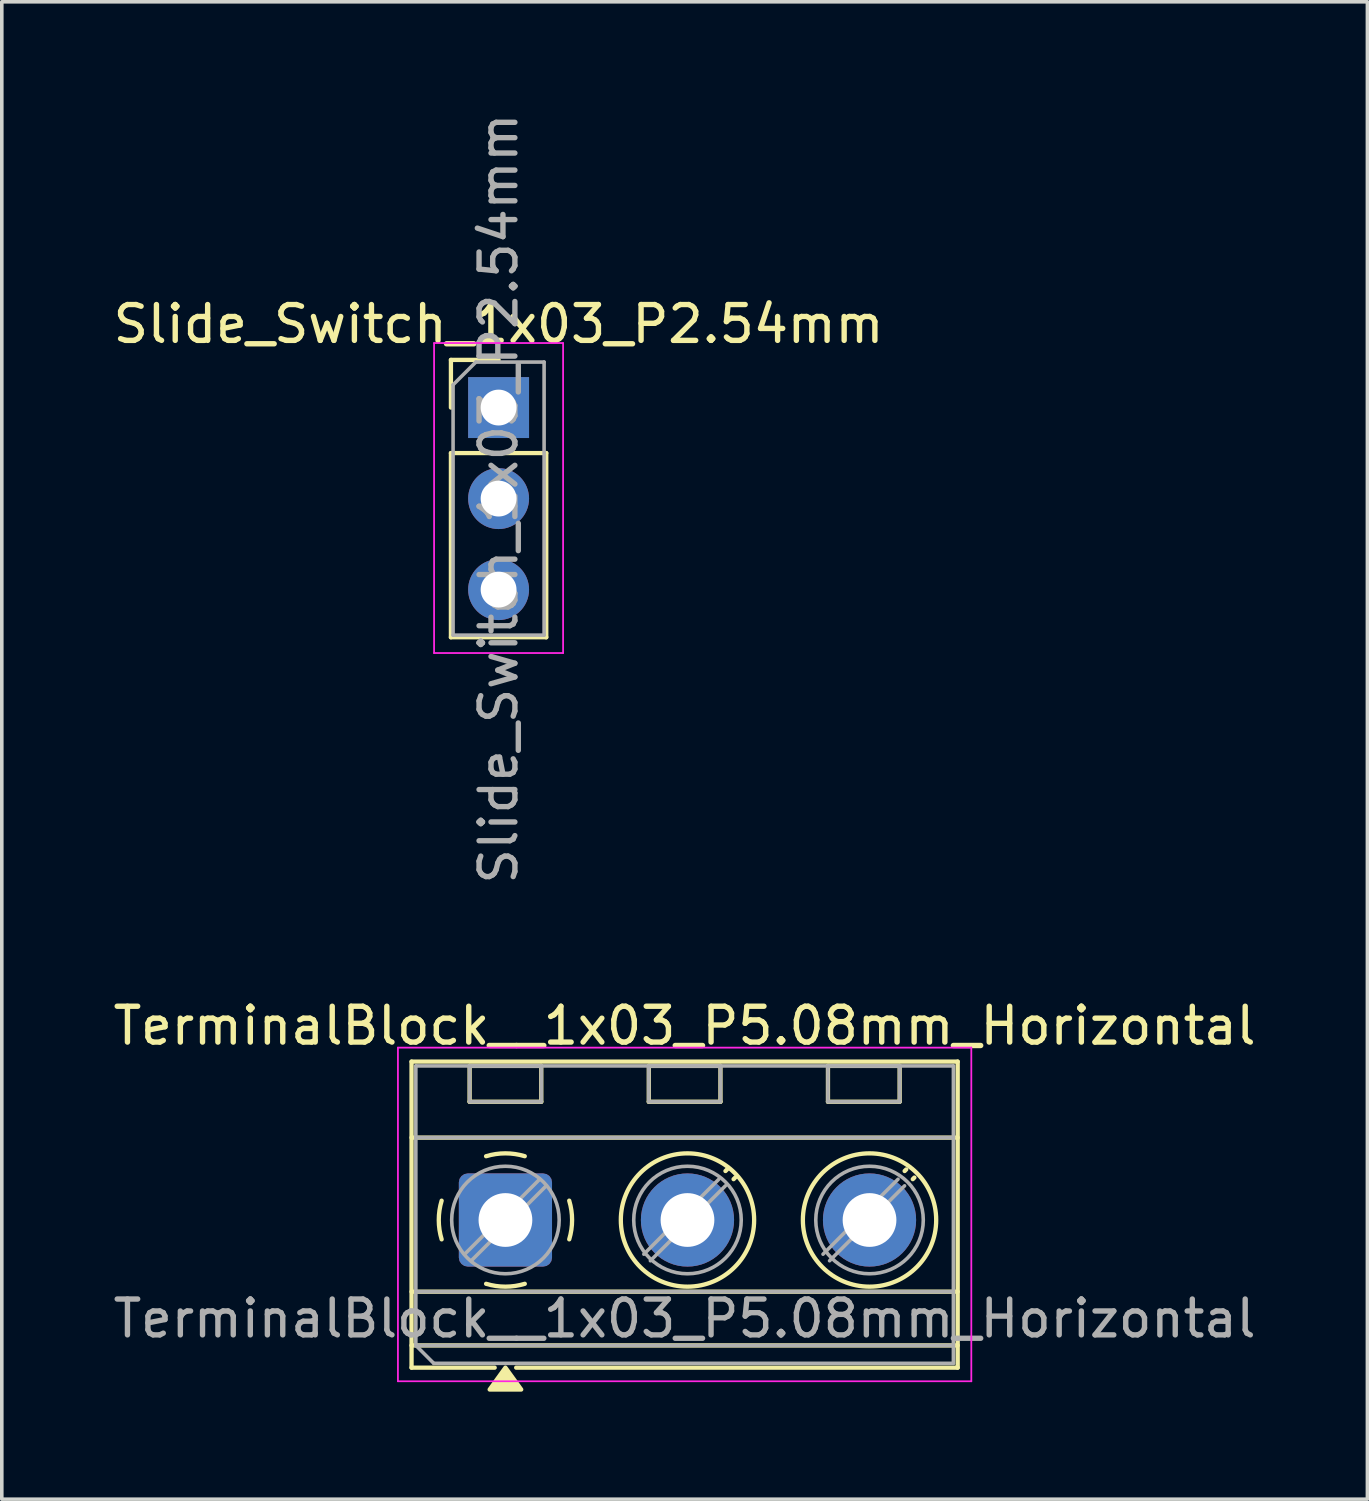
<source format=kicad_pcb>
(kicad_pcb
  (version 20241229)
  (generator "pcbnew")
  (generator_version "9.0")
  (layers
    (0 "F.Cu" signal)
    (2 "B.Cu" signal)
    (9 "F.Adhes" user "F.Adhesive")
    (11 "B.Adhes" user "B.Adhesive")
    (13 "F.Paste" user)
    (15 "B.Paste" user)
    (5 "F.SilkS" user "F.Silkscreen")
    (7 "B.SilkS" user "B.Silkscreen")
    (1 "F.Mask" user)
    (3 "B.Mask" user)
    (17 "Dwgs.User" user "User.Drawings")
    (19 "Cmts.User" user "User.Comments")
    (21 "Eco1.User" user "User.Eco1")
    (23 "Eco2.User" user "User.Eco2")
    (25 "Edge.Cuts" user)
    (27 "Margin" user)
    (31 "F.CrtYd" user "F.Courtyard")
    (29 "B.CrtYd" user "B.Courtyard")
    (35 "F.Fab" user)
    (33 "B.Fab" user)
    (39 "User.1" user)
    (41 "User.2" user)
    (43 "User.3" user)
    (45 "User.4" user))
  (footprint "TerminalBlock__1x03_P5.08mm_Horizontal"
    (layer "F.Cu")
    (at 11.054 30.994)
    (property "Reference" "TerminalBlock__1x03_P5.08mm_Horizontal" (at 5 -5.42 0) (layer "F.SilkS") (effects (font (size 1 1) (thickness 0.15))))
    (attr through_hole)
    (fp_line (start -2.62 -4.42) (end -2.62 4.12) (stroke (width 0.12) (type solid)) (layer "F.SilkS"))
    (fp_line (start -2.62 -4.42) (end 12.62 -4.42) (stroke (width 0.12) (type solid)) (layer "F.SilkS"))
    (fp_line (start -2.62 -2.3) (end 12.62 -2.3) (stroke (width 0.12) (type solid)) (layer "F.SilkS"))
    (fp_line (start -2.62 2) (end 12.62 2) (stroke (width 0.12) (type solid)) (layer "F.SilkS"))
    (fp_line (start -2.62 3.5) (end 12.62 3.5) (stroke (width 0.12) (type solid)) (layer "F.SilkS"))
    (fp_line (start -2.62 4.12) (end -0.3 4.12) (stroke (width 0.12) (type solid)) (layer "F.SilkS"))
    (fp_line (start -1 -4.3) (end -1 -3.3) (stroke (width 0.12) (type solid)) (layer "F.SilkS"))
    (fp_line (start -1 -4.3) (end 1 -4.3) (stroke (width 0.12) (type solid)) (layer "F.SilkS"))
    (fp_line (start -1 -3.3) (end 1 -3.3) (stroke (width 0.12) (type solid)) (layer "F.SilkS"))
    (fp_line (start 0.3 4.12) (end 12.62 4.12) (stroke (width 0.12) (type solid)) (layer "F.SilkS"))
    (fp_line (start 1 -4.3) (end 1 -3.3) (stroke (width 0.12) (type solid)) (layer "F.SilkS"))
    (fp_line (start 4 -4.3) (end 4 -3.3) (stroke (width 0.12) (type solid)) (layer "F.SilkS"))
    (fp_line (start 4 -4.3) (end 6 -4.3) (stroke (width 0.12) (type solid)) (layer "F.SilkS"))
    (fp_line (start 4 -3.3) (end 6 -3.3) (stroke (width 0.12) (type solid)) (layer "F.SilkS"))
    (fp_line (start 6 -4.3) (end 6 -3.3) (stroke (width 0.12) (type solid)) (layer "F.SilkS"))
    (fp_line (start 6.184 -1.411) (end 6.14 -1.367) (stroke (width 0.12) (type solid)) (layer "F.SilkS"))
    (fp_line (start 6.411 -1.184) (end 6.367 -1.14) (stroke (width 0.12) (type solid)) (layer "F.SilkS"))
    (fp_line (start 9 -4.3) (end 9 -3.3) (stroke (width 0.12) (type solid)) (layer "F.SilkS"))
    (fp_line (start 9 -4.3) (end 11 -4.3) (stroke (width 0.12) (type solid)) (layer "F.SilkS"))
    (fp_line (start 9 -3.3) (end 11 -3.3) (stroke (width 0.12) (type solid)) (layer "F.SilkS"))
    (fp_line (start 11 -4.3) (end 11 -3.3) (stroke (width 0.12) (type solid)) (layer "F.SilkS"))
    (fp_line (start 11.184 -1.411) (end 11.14 -1.367) (stroke (width 0.12) (type solid)) (layer "F.SilkS"))
    (fp_line (start 11.411 -1.184) (end 11.367 -1.14) (stroke (width 0.12) (type solid)) (layer "F.SilkS"))
    (fp_line (start 12.62 -4.42) (end 12.62 4.12) (stroke (width 0.12) (type solid)) (layer "F.SilkS"))
    (fp_arc (start -1.78 0.54) (mid -1.860107 0.000355) (end -1.780206 -0.539321) (stroke (width 0.12) (type solid)) (layer "F.SilkS"))
    (fp_arc (start -0.54 -1.78) (mid -0.000355 -1.860107) (end 0.539321 -1.780206) (stroke (width 0.12) (type solid)) (layer "F.SilkS"))
    (fp_arc (start 0.54 1.78) (mid 0.000355 1.860107) (end -0.539321 1.780206) (stroke (width 0.12) (type solid)) (layer "F.SilkS"))
    (fp_arc (start 1.78 -0.54) (mid 1.860107 -0.000355) (end 1.780206 0.539321) (stroke (width 0.12) (type solid)) (layer "F.SilkS"))
    (fp_circle (center 5.08 0) (end 6.94 0) (stroke (width 0.12) (type solid)) (fill no) (layer "F.SilkS"))
    (fp_circle (center 10.16 0) (end 12.02 0) (stroke (width 0.12) (type solid)) (fill no) (layer "F.SilkS"))
    (fp_poly (pts (xy 0 4.12) (xy 0.44 4.73) (xy -0.44 4.73) (xy 0 4.12)) (stroke (width 0.12) (type solid)) (fill yes) (layer "F.SilkS"))
    (fp_line (start -3 -4.81) (end -3 4.5) (stroke (width 0.05) (type solid)) (layer "F.CrtYd"))
    (fp_line (start -3 4.5) (end 13 4.5) (stroke (width 0.05) (type solid)) (layer "F.CrtYd"))
    (fp_line (start 13 -4.81) (end -3 -4.81) (stroke (width 0.05) (type solid)) (layer "F.CrtYd"))
    (fp_line (start 13 4.5) (end 13 -4.81) (stroke (width 0.05) (type solid)) (layer "F.CrtYd"))
    (fp_line (start -2.5 -4.3) (end 12.5 -4.3) (stroke (width 0.1) (type solid)) (layer "F.Fab"))
    (fp_line (start -2.5 -2.3) (end 12.5 -2.3) (stroke (width 0.1) (type solid)) (layer "F.Fab"))
    (fp_line (start -2.5 2) (end 12.5 2) (stroke (width 0.1) (type solid)) (layer "F.Fab"))
    (fp_line (start -2.5 3.5) (end -2.5 -4.3) (stroke (width 0.1) (type solid)) (layer "F.Fab"))
    (fp_line (start -2.5 3.5) (end 12.5 3.5) (stroke (width 0.1) (type solid)) (layer "F.Fab"))
    (fp_line (start -2 4) (end -2.5 3.5) (stroke (width 0.1) (type solid)) (layer "F.Fab"))
    (fp_line (start -1 -4.3) (end -1 -3.3) (stroke (width 0.1) (type solid)) (layer "F.Fab"))
    (fp_line (start -1 -3.3) (end 1 -3.3) (stroke (width 0.1) (type solid)) (layer "F.Fab"))
    (fp_line (start 0.955 -1.138) (end -1.138 0.954) (stroke (width 0.1) (type solid)) (layer "F.Fab"))
    (fp_line (start 1 -4.3) (end -1 -4.3) (stroke (width 0.1) (type solid)) (layer "F.Fab"))
    (fp_line (start 1 -3.3) (end 1 -4.3) (stroke (width 0.1) (type solid)) (layer "F.Fab"))
    (fp_line (start 1.138 -0.954) (end -0.955 1.137) (stroke (width 0.1) (type solid)) (layer "F.Fab"))
    (fp_line (start 4 -4.3) (end 4 -3.3) (stroke (width 0.1) (type solid)) (layer "F.Fab"))
    (fp_line (start 4 -3.3) (end 6 -3.3) (stroke (width 0.1) (type solid)) (layer "F.Fab"))
    (fp_line (start 5.955 -1.138) (end 3.862 0.954) (stroke (width 0.1) (type solid)) (layer "F.Fab"))
    (fp_line (start 6 -4.3) (end 4 -4.3) (stroke (width 0.1) (type solid)) (layer "F.Fab"))
    (fp_line (start 6 -3.3) (end 6 -4.3) (stroke (width 0.1) (type solid)) (layer "F.Fab"))
    (fp_line (start 6.138 -0.954) (end 4.045 1.137) (stroke (width 0.1) (type solid)) (layer "F.Fab"))
    (fp_line (start 9 -4.3) (end 9 -3.3) (stroke (width 0.1) (type solid)) (layer "F.Fab"))
    (fp_line (start 9 -3.3) (end 11 -3.3) (stroke (width 0.1) (type solid)) (layer "F.Fab"))
    (fp_line (start 10.955 -1.138) (end 8.862 0.954) (stroke (width 0.1) (type solid)) (layer "F.Fab"))
    (fp_line (start 11 -4.3) (end 9 -4.3) (stroke (width 0.1) (type solid)) (layer "F.Fab"))
    (fp_line (start 11 -3.3) (end 11 -4.3) (stroke (width 0.1) (type solid)) (layer "F.Fab"))
    (fp_line (start 11.138 -0.954) (end 9.045 1.137) (stroke (width 0.1) (type solid)) (layer "F.Fab"))
    (fp_line (start 12.5 -4.3) (end 12.5 4) (stroke (width 0.1) (type solid)) (layer "F.Fab"))
    (fp_line (start 12.5 4) (end -2 4) (stroke (width 0.1) (type solid)) (layer "F.Fab"))
    (fp_circle (center 0 0) (end 1.5 0) (stroke (width 0.1) (type solid)) (fill no) (layer "F.Fab"))
    (fp_circle (center 5.08 0) (end 6.58 0) (stroke (width 0.1) (type solid)) (fill no) (layer "F.Fab"))
    (fp_circle (center 10.16 0) (end 11.66 0) (stroke (width 0.1) (type solid)) (fill no) (layer "F.Fab"))
    (fp_text user "${REFERENCE}" (at 5 2.75 0) (layer "F.Fab") (effects (font (size 1 1) (thickness 0.15))))
    (pad "1" thru_hole roundrect (at 0 0) (size 2.6 2.6) (drill 1.5) (layers "*.Cu" "*.Mask") (roundrect_rratio 0.096))
    (pad "2" thru_hole circle (at 5.08 0) (size 2.6 2.6) (drill 1.5) (layers "*.Cu" "*.Mask"))
    (pad "3" thru_hole circle (at 10.16 0) (size 2.6 2.6) (drill 1.5) (layers "*.Cu" "*.Mask")))
  (footprint "Slide_Switch_1x03_P2.54mm"
    (layer "F.Cu")
    (at 10.863 8.323)
    (property "Reference" "Slide_Switch_1x03_P2.54mm" (at 0 -2.33 0) (layer "F.SilkS") (effects (font (size 1 1) (thickness 0.15))))
    (attr through_hole)
    (fp_line (start -1.33 -1.33) (end 0 -1.33) (stroke (width 0.12) (type solid)) (layer "F.SilkS"))
    (fp_line (start -1.33 0) (end -1.33 -1.33) (stroke (width 0.12) (type solid)) (layer "F.SilkS"))
    (fp_line (start -1.33 1.27) (end -1.33 6.41) (stroke (width 0.12) (type solid)) (layer "F.SilkS"))
    (fp_line (start -1.33 1.27) (end 1.33 1.27) (stroke (width 0.12) (type solid)) (layer "F.SilkS"))
    (fp_line (start -1.33 6.41) (end 1.33 6.41) (stroke (width 0.12) (type solid)) (layer "F.SilkS"))
    (fp_line (start 1.33 1.27) (end 1.33 6.41) (stroke (width 0.12) (type solid)) (layer "F.SilkS"))
    (fp_line (start -1.8 -1.8) (end -1.8 6.85) (stroke (width 0.05) (type solid)) (layer "F.CrtYd"))
    (fp_line (start -1.8 6.85) (end 1.8 6.85) (stroke (width 0.05) (type solid)) (layer "F.CrtYd"))
    (fp_line (start 1.8 -1.8) (end -1.8 -1.8) (stroke (width 0.05) (type solid)) (layer "F.CrtYd"))
    (fp_line (start 1.8 6.85) (end 1.8 -1.8) (stroke (width 0.05) (type solid)) (layer "F.CrtYd"))
    (fp_line (start -1.27 -0.635) (end -0.635 -1.27) (stroke (width 0.1) (type solid)) (layer "F.Fab"))
    (fp_line (start -1.27 6.35) (end -1.27 -0.635) (stroke (width 0.1) (type solid)) (layer "F.Fab"))
    (fp_line (start -0.635 -1.27) (end 1.27 -1.27) (stroke (width 0.1) (type solid)) (layer "F.Fab"))
    (fp_line (start 1.27 -1.27) (end 1.27 6.35) (stroke (width 0.1) (type solid)) (layer "F.Fab"))
    (fp_line (start 1.27 6.35) (end -1.27 6.35) (stroke (width 0.1) (type solid)) (layer "F.Fab"))
    (fp_text user "${REFERENCE}" (at 0 2.54 90) (layer "F.Fab") (effects (font (size 1 1) (thickness 0.15))))
    (pad "1" thru_hole oval (at 0 2.54) (size 1.7 1.7) (drill 1) (layers "*.Cu" "*.Mask"))
    (pad "2" thru_hole rect (at 0 0) (size 1.7 1.7) (drill 1) (layers "*.Cu" "*.Mask"))
    (pad "3" thru_hole oval (at 0 5.08) (size 1.7 1.7) (drill 1) (layers "*.Cu" "*.Mask")))
  (gr_rect
    (start -3 -3)
    (end 35.107 38.784)
    (stroke (width 0.1) (type default))
    (fill no)
    (layer "Edge.Cuts")))
</source>
